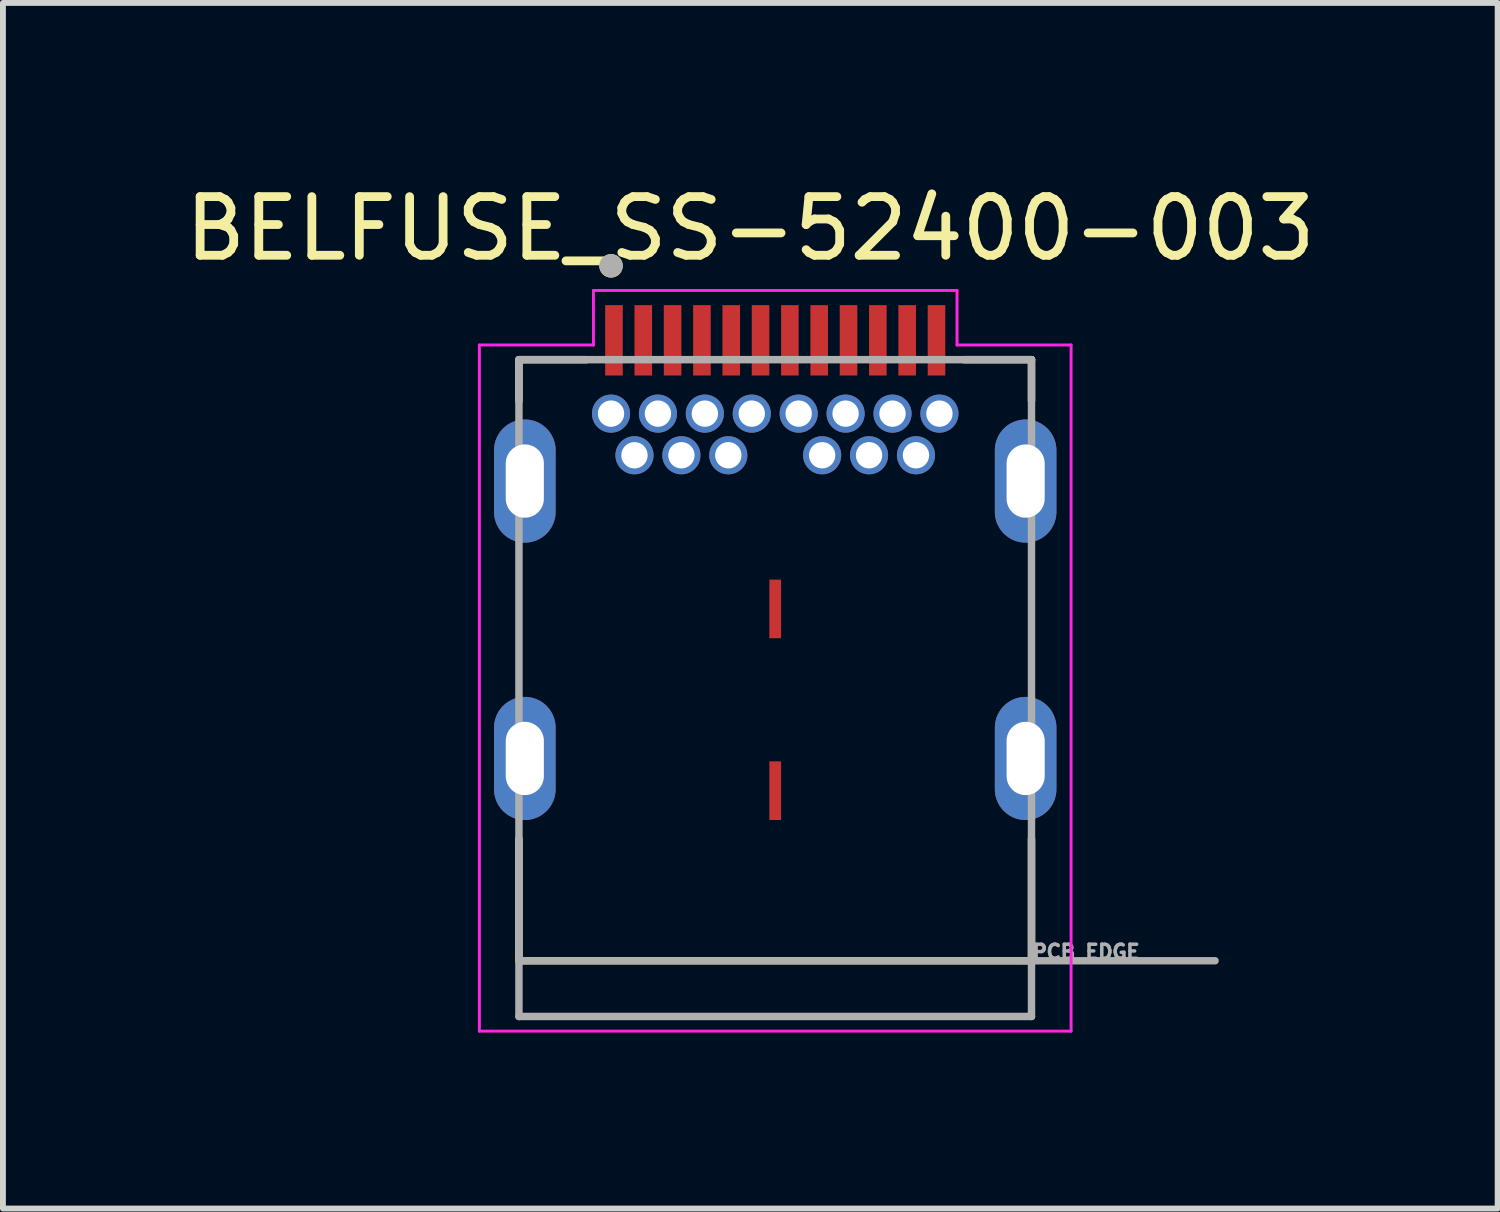
<source format=kicad_pcb>
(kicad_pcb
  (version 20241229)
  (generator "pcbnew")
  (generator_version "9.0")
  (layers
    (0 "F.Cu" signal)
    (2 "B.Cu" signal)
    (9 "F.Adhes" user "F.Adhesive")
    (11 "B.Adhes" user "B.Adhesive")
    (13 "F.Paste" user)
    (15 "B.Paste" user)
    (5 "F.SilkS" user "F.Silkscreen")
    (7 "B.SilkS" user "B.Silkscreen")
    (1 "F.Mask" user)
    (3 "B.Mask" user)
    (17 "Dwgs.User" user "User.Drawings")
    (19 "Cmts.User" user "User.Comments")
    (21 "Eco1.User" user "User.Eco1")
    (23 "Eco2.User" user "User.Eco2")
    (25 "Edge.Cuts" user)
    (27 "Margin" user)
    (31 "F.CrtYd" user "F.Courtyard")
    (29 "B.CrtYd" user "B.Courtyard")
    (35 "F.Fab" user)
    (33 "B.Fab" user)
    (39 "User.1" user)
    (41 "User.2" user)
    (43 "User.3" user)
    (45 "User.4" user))
  (footprint "BELFUSE_SS-52400-003"
    (layer "F.Cu")
    (at 10.169 9.883)
    (property "Reference" "BELFUSE_SS-52400-003" (at -0.425 -9.035 0) (layer "F.SilkS") (effects (font (size 1 1) (thickness 0.15))))
    (attr through_hole)
    (fp_line (start -4.37 -6.8) (end -4.37 -6.1) (stroke (width 0.127) (type solid)) (layer "F.SilkS"))
    (fp_line (start -4.37 1.37) (end -4.37 3.45) (stroke (width 0.127) (type solid)) (layer "F.SilkS"))
    (fp_line (start -4.37 3.45) (end 4.37 3.45) (stroke (width 0.127) (type solid)) (layer "F.SilkS"))
    (fp_line (start -3.22 -6.8) (end -4.37 -6.8) (stroke (width 0.127) (type solid)) (layer "F.SilkS"))
    (fp_line (start 3.22 -6.8) (end 4.37 -6.8) (stroke (width 0.127) (type solid)) (layer "F.SilkS"))
    (fp_line (start 4.37 -6.8) (end 4.37 -6.1) (stroke (width 0.127) (type solid)) (layer "F.SilkS"))
    (fp_line (start 4.37 3.45) (end 4.37 1.37) (stroke (width 0.127) (type solid)) (layer "F.SilkS"))
    (fp_circle (center -2.8 -8.4) (end -2.7 -8.4) (stroke (width 0.2) (type solid)) (fill no) (layer "F.SilkS"))
    (fp_line (start -5.045 -7.05) (end -5.045 4.65) (stroke (width 0.05) (type solid)) (layer "F.CrtYd"))
    (fp_line (start -5.045 4.65) (end 5.045 4.65) (stroke (width 0.05) (type solid)) (layer "F.CrtYd"))
    (fp_line (start -3.1 -7.98) (end -3.1 -7.05) (stroke (width 0.05) (type solid)) (layer "F.CrtYd"))
    (fp_line (start -3.1 -7.05) (end -5.045 -7.05) (stroke (width 0.05) (type solid)) (layer "F.CrtYd"))
    (fp_line (start 3.1 -7.98) (end -3.1 -7.98) (stroke (width 0.05) (type solid)) (layer "F.CrtYd"))
    (fp_line (start 3.1 -7.05) (end 3.1 -7.98) (stroke (width 0.05) (type solid)) (layer "F.CrtYd"))
    (fp_line (start 5.045 -7.05) (end 3.1 -7.05) (stroke (width 0.05) (type solid)) (layer "F.CrtYd"))
    (fp_line (start 5.045 4.65) (end 5.045 -7.05) (stroke (width 0.05) (type solid)) (layer "F.CrtYd"))
    (fp_line (start -4.37 -6.8) (end 4.37 -6.8) (stroke (width 0.127) (type solid)) (layer "F.Fab"))
    (fp_line (start -4.37 3.45) (end -4.37 -6.8) (stroke (width 0.127) (type solid)) (layer "F.Fab"))
    (fp_line (start -4.37 3.45) (end 7.5 3.45) (stroke (width 0.127) (type solid)) (layer "F.Fab"))
    (fp_line (start -4.37 4.4) (end -4.37 3.45) (stroke (width 0.127) (type solid)) (layer "F.Fab"))
    (fp_line (start 4.37 -6.8) (end 4.37 4.4) (stroke (width 0.127) (type solid)) (layer "F.Fab"))
    (fp_line (start 4.37 4.4) (end -4.37 4.4) (stroke (width 0.127) (type solid)) (layer "F.Fab"))
    (fp_circle (center -2.8 -8.4) (end -2.7 -8.4) (stroke (width 0.2) (type solid)) (fill no) (layer "F.Fab"))
    (fp_text user "PCB EDGE" (at 5.3 3.3 0) (layer "F.Fab") (effects (font (size 0.24 0.24) (thickness 0.15))))
    (pad "A1" smd rect (at -2.75 -7.13) (size 0.3 1.2) (layers "F.Cu" "F.Mask" "F.Paste"))
    (pad "A2" smd rect (at -2.25 -7.13) (size 0.3 1.2) (layers "F.Cu" "F.Mask" "F.Paste"))
    (pad "A3" smd rect (at -1.75 -7.13) (size 0.3 1.2) (layers "F.Cu" "F.Mask" "F.Paste"))
    (pad "A4" smd rect (at -1.25 -7.13) (size 0.3 1.2) (layers "F.Cu" "F.Mask" "F.Paste"))
    (pad "A5" smd rect (at -0.75 -7.13) (size 0.3 1.2) (layers "F.Cu" "F.Mask" "F.Paste"))
    (pad "A6" smd rect (at -0.25 -7.13) (size 0.3 1.2) (layers "F.Cu" "F.Mask" "F.Paste"))
    (pad "A7" smd rect (at 0.25 -7.13) (size 0.3 1.2) (layers "F.Cu" "F.Mask" "F.Paste"))
    (pad "A8" smd rect (at 0.75 -7.13) (size 0.3 1.2) (layers "F.Cu" "F.Mask" "F.Paste"))
    (pad "A9" smd rect (at 1.25 -7.13) (size 0.3 1.2) (layers "F.Cu" "F.Mask" "F.Paste"))
    (pad "A10" smd rect (at 1.75 -7.13) (size 0.3 1.2) (layers "F.Cu" "F.Mask" "F.Paste"))
    (pad "A11" smd rect (at 2.25 -7.13) (size 0.3 1.2) (layers "F.Cu" "F.Mask" "F.Paste"))
    (pad "A12" smd rect (at 2.75 -7.13) (size 0.3 1.2) (layers "F.Cu" "F.Mask" "F.Paste"))
    (pad "B1" thru_hole circle (at 2.8 -5.88) (size 0.65 0.65) (drill 0.45) (layers "*.Cu" "*.Mask"))
    (pad "B2" thru_hole circle (at 2.4 -5.17) (size 0.65 0.65) (drill 0.45) (layers "*.Cu" "*.Mask"))
    (pad "B3" thru_hole circle (at 1.6 -5.17) (size 0.65 0.65) (drill 0.45) (layers "*.Cu" "*.Mask"))
    (pad "B4" thru_hole circle (at 1.2 -5.88) (size 0.65 0.65) (drill 0.45) (layers "*.Cu" "*.Mask"))
    (pad "B5" thru_hole circle (at 0.8 -5.17) (size 0.65 0.65) (drill 0.45) (layers "*.Cu" "*.Mask"))
    (pad "B6" thru_hole circle (at 0.4 -5.88) (size 0.65 0.65) (drill 0.45) (layers "*.Cu" "*.Mask"))
    (pad "B7" thru_hole circle (at -0.4 -5.88) (size 0.65 0.65) (drill 0.45) (layers "*.Cu" "*.Mask"))
    (pad "B8" thru_hole circle (at -0.8 -5.17) (size 0.65 0.65) (drill 0.45) (layers "*.Cu" "*.Mask"))
    (pad "B9" thru_hole circle (at -1.2 -5.88) (size 0.65 0.65) (drill 0.45) (layers "*.Cu" "*.Mask"))
    (pad "B10" thru_hole circle (at -1.6 -5.17) (size 0.65 0.65) (drill 0.45) (layers "*.Cu" "*.Mask"))
    (pad "B11" thru_hole circle (at -2.4 -5.17) (size 0.65 0.65) (drill 0.45) (layers "*.Cu" "*.Mask"))
    (pad "B12" thru_hole circle (at -2.8 -5.88) (size 0.65 0.65) (drill 0.45) (layers "*.Cu" "*.Mask"))
    (pad "G1" thru_hole circle (at 2 -5.88) (size 0.65 0.65) (drill 0.45) (layers "*.Cu" "*.Mask"))
    (pad "G2" thru_hole circle (at -2 -5.88) (size 0.65 0.65) (drill 0.45) (layers "*.Cu" "*.Mask"))
    (pad "G3" smd rect (at 0 -2.55) (size 0.2 1) (layers "F.Cu" "F.Mask" "F.Paste"))
    (pad "G4" smd rect (at 0 0.55) (size 0.2 1) (layers "F.Cu" "F.Mask" "F.Paste"))
    (pad "S1" thru_hole oval (at -4.27 -4.73) (size 1.05 2.1) (drill oval 0.65 1.25) (layers "*.Cu" "*.Mask"))
    (pad "S2" thru_hole oval (at 4.27 -4.73) (size 1.05 2.1) (drill oval 0.65 1.25) (layers "*.Cu" "*.Mask"))
    (pad "S3" thru_hole oval (at -4.27 0) (size 1.05 2.1) (drill oval 0.65 1.25) (layers "*.Cu" "*.Mask"))
    (pad "S4" thru_hole oval (at 4.27 0) (size 1.05 2.1) (drill oval 0.65 1.25) (layers "*.Cu" "*.Mask")))
  (gr_rect
    (start -3 -3)
    (end 22.488 17.558)
    (stroke (width 0.1) (type default))
    (fill no)
    (layer "Edge.Cuts")))
</source>
